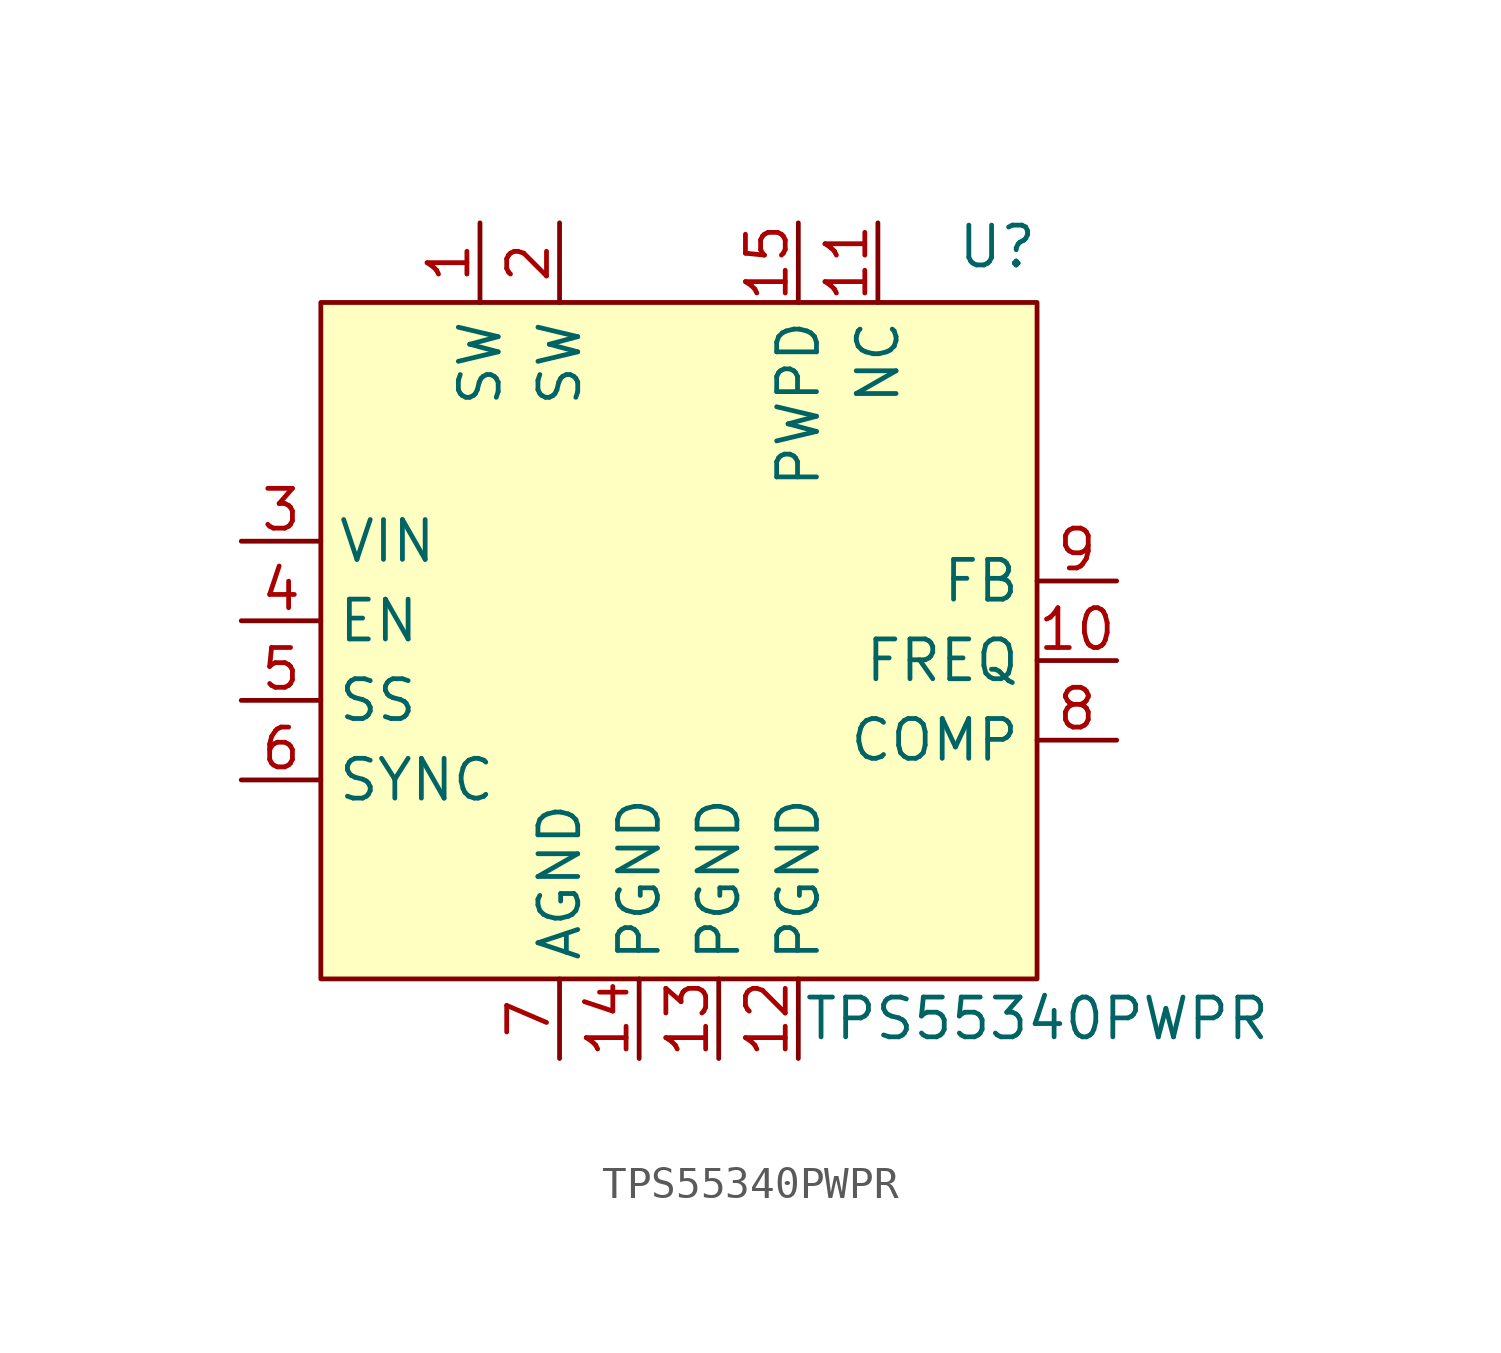
<source format=kicad_sym>
(kicad_symbol_lib
  (version 20241209)
  (generator "kicad_symbol_editor")
  (generator_version "9.0")
  (symbol "TPS55340PWPR"
    (property "Reference" "U"
      (at 10.16 1.778 0)
      (effects (font (size 1.27 1.27))))
    (property "Value" "TPS55340PWPR"
      (at 11.43 -22.86 0)
      (effects (font (size 1.27 1.27))))
    (symbol "TPS55340PWPR_0_0"
      (pin passive line (at -13.97 -7.62 0) (length 2.54) (name "VIN" (effects (font (size 1.27 1.27)))) (number "3" (effects (font (size 1.27 1.27)))))
      (pin passive line (at -13.97 -10.16 0) (length 2.54) (name "EN" (effects (font (size 1.27 1.27)))) (number "4" (effects (font (size 1.27 1.27)))))
      (pin passive line (at -13.97 -12.7 0) (length 2.54) (name "SS" (effects (font (size 1.27 1.27)))) (number "5" (effects (font (size 1.27 1.27)))))
      (pin passive line (at -13.97 -15.24 0) (length 2.54) (name "SYNC" (effects (font (size 1.27 1.27)))) (number "6" (effects (font (size 1.27 1.27)))))
      (pin passive line (at -6.35 2.54 270) (length 2.54) (name "SW" (effects (font (size 1.27 1.27)))) (number "1" (effects (font (size 1.27 1.27)))))
      (pin passive line (at -3.81 2.54 270) (length 2.54) (name "SW" (effects (font (size 1.27 1.27)))) (number "2" (effects (font (size 1.27 1.27)))))
      (pin passive line (at -3.81 -24.13 90) (length 2.54) (name "AGND" (effects (font (size 1.27 1.27)))) (number "7" (effects (font (size 1.27 1.27)))))
      (pin passive line (at -1.27 -24.13 90) (length 2.54) (name "PGND" (effects (font (size 1.27 1.27)))) (number "14" (effects (font (size 1.27 1.27)))))
      (pin passive line (at 1.27 -24.13 90) (length 2.54) (name "PGND" (effects (font (size 1.27 1.27)))) (number "13" (effects (font (size 1.27 1.27)))))
      (pin passive line (at 3.81 -24.13 90) (length 2.54) (name "PGND" (effects (font (size 1.27 1.27)))) (number "12" (effects (font (size 1.27 1.27)))))
      (pin passive line (at 6.35 2.54 270) (length 2.54) (name "NC" (effects (font (size 1.27 1.27)))) (number "11" (effects (font (size 1.27 1.27)))))
      (pin passive line (at 13.97 -8.89 180) (length 2.54) (name "FB" (effects (font (size 1.27 1.27)))) (number "9" (effects (font (size 1.27 1.27)))))
      (pin passive line (at 13.97 -11.43 180) (length 2.54) (name "FREQ" (effects (font (size 1.27 1.27)))) (number "10" (effects (font (size 1.27 1.27)))))
      (pin passive line (at 13.97 -13.97 180) (length 2.54) (name "COMP" (effects (font (size 1.27 1.27)))) (number "8" (effects (font (size 1.27 1.27))))))
    (symbol "TPS55340PWPR_1_0"
      (pin passive line (at 3.81 2.54 270) (length 2.54) (name "PWPD" (effects (font (size 1.27 1.27)))) (number "15" (effects (font (size 1.27 1.27))))))
    (symbol "TPS55340PWPR_1_1"
      (rectangle (start -11.43 0) (end 11.43 -21.59) (stroke (width 0) (type solid)) (fill (type background))))))
</source>
